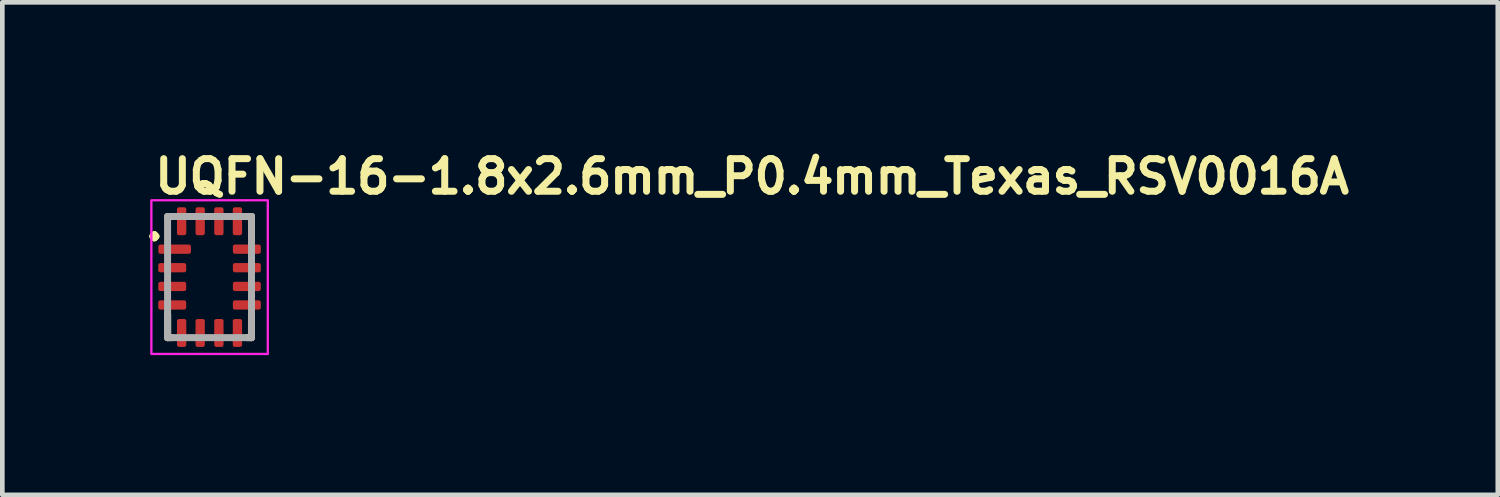
<source format=kicad_pcb>
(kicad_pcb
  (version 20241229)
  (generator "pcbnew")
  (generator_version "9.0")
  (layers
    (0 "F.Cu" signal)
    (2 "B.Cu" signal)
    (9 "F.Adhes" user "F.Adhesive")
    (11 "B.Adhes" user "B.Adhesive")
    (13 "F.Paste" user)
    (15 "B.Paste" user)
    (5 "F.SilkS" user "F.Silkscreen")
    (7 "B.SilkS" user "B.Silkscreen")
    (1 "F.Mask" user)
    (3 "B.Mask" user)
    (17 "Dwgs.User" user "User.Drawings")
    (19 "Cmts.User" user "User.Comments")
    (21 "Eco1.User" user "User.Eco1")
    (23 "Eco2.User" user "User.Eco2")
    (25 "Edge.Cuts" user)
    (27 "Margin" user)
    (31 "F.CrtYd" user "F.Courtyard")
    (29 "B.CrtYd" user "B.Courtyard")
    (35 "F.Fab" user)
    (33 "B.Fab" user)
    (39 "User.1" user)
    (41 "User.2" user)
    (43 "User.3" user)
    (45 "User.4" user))
  (footprint "UQFN-16-1.8x2.6mm_P0.4mm_Texas_RSV0016A"
    (layer "F.Cu")
    (at 1.45 2.9)
    (property "Reference" "UQFN-16-1.8x2.6mm_P0.4mm_Texas_RSV0016A" (at -1.25 -1.75 0) (layer "F.SilkS") (effects (font (size 0.7 0.7) (thickness 0.15)) (justify left bottom)))
    (attr smd)
    (fp_line (start -0.9 1.3) (end -0.9 0.8) (stroke (width 0.15) (type solid)) (layer "F.SilkS"))
    (fp_line (start -0.8 -1.3) (end -0.9 -1.3) (stroke (width 0.15) (type solid)) (layer "F.SilkS"))
    (fp_line (start -0.8 1.3) (end -0.9 1.3) (stroke (width 0.15) (type solid)) (layer "F.SilkS"))
    (fp_line (start 0.8 -1.3) (end 0.9 -1.3) (stroke (width 0.15) (type solid)) (layer "F.SilkS"))
    (fp_line (start 0.8 1.3) (end 0.899 1.3) (stroke (width 0.15) (type solid)) (layer "F.SilkS"))
    (fp_line (start 0.9 -1.3) (end 0.9 -0.8) (stroke (width 0.15) (type solid)) (layer "F.SilkS"))
    (fp_line (start 0.9 0.8) (end 0.899 1.3) (stroke (width 0.15) (type solid)) (layer "F.SilkS"))
    (fp_rect (start -1.25 -1.65) (end 1.25 1.65) (stroke (width 0.05) (type solid)) (fill no) (layer "F.CrtYd"))
    (fp_line (start -0.902 1.3) (end -0.902 -1.301) (stroke (width 0.15) (type solid)) (layer "F.Fab"))
    (fp_line (start 0.9 -1.301) (end -0.902 -1.301) (stroke (width 0.15) (type solid)) (layer "F.Fab"))
    (fp_line (start 0.9 1.3) (end -0.902 1.3) (stroke (width 0.15) (type solid)) (layer "F.Fab"))
    (fp_line (start 0.9 1.3) (end 0.9 -1.301) (stroke (width 0.15) (type solid)) (layer "F.Fab"))
    (fp_rect (start -0.902 -1.301) (end 0.9 1.3) (stroke (width 0.1) (type solid)) (fill no) (layer "User.5"))
    (fp_line (start -0.902 -1.301) (end -0.902 1.3) (stroke (width 0.02) (type solid)) (layer "User.9"))
    (fp_line (start -0.902 1.3) (end 0.9 1.3) (stroke (width 0.02) (type solid)) (layer "User.9"))
    (fp_line (start -0.776 -1.063) (end -0.776 -1.057) (stroke (width 0.02) (type solid)) (layer "User.9"))
    (fp_line (start -0.776 -1.063) (end -0.776 -1.057) (stroke (width 0.02) (type solid)) (layer "User.9"))
    (fp_line (start -0.776 -1.057) (end -0.776 -1.051) (stroke (width 0.02) (type solid)) (layer "User.9"))
    (fp_line (start -0.776 -1.057) (end -0.776 -1.051) (stroke (width 0.02) (type solid)) (layer "User.9"))
    (fp_line (start -0.776 -1.051) (end -0.776 -1.051) (stroke (width 0.02) (type solid)) (layer "User.9"))
    (fp_line (start -0.776 -1.051) (end -0.776 -1.051) (stroke (width 0.02) (type solid)) (layer "User.9"))
    (fp_line (start -0.776 -1.051) (end -0.776 -1.045) (stroke (width 0.02) (type solid)) (layer "User.9"))
    (fp_line (start -0.776 -1.051) (end -0.776 -1.045) (stroke (width 0.02) (type solid)) (layer "User.9"))
    (fp_line (start -0.776 -1.045) (end -0.776 -1.039) (stroke (width 0.02) (type solid)) (layer "User.9"))
    (fp_line (start -0.776 -1.045) (end -0.776 -1.039) (stroke (width 0.02) (type solid)) (layer "User.9"))
    (fp_line (start -0.776 -1.039) (end -0.775 -1.031) (stroke (width 0.02) (type solid)) (layer "User.9"))
    (fp_line (start -0.776 -1.039) (end -0.775 -1.031) (stroke (width 0.02) (type solid)) (layer "User.9"))
    (fp_line (start -0.775 -1.071) (end -0.776 -1.063) (stroke (width 0.02) (type solid)) (layer "User.9"))
    (fp_line (start -0.775 -1.071) (end -0.776 -1.063) (stroke (width 0.02) (type solid)) (layer "User.9"))
    (fp_line (start -0.775 -1.031) (end -0.774 -1.025) (stroke (width 0.02) (type solid)) (layer "User.9"))
    (fp_line (start -0.775 -1.031) (end -0.774 -1.025) (stroke (width 0.02) (type solid)) (layer "User.9"))
    (fp_line (start -0.774 -1.077) (end -0.775 -1.071) (stroke (width 0.02) (type solid)) (layer "User.9"))
    (fp_line (start -0.774 -1.077) (end -0.775 -1.071) (stroke (width 0.02) (type solid)) (layer "User.9"))
    (fp_line (start -0.774 -1.025) (end -0.772 -1.02) (stroke (width 0.02) (type solid)) (layer "User.9"))
    (fp_line (start -0.774 -1.025) (end -0.772 -1.02) (stroke (width 0.02) (type solid)) (layer "User.9"))
    (fp_line (start -0.772 -1.083) (end -0.774 -1.077) (stroke (width 0.02) (type solid)) (layer "User.9"))
    (fp_line (start -0.772 -1.083) (end -0.774 -1.077) (stroke (width 0.02) (type solid)) (layer "User.9"))
    (fp_line (start -0.772 -1.02) (end -0.771 -1.014) (stroke (width 0.02) (type solid)) (layer "User.9"))
    (fp_line (start -0.772 -1.02) (end -0.771 -1.014) (stroke (width 0.02) (type solid)) (layer "User.9"))
    (fp_line (start -0.771 -1.089) (end -0.772 -1.083) (stroke (width 0.02) (type solid)) (layer "User.9"))
    (fp_line (start -0.771 -1.089) (end -0.772 -1.083) (stroke (width 0.02) (type solid)) (layer "User.9"))
    (fp_line (start -0.771 -1.014) (end -0.768 -1.008) (stroke (width 0.02) (type solid)) (layer "User.9"))
    (fp_line (start -0.771 -1.014) (end -0.768 -1.008) (stroke (width 0.02) (type solid)) (layer "User.9"))
    (fp_line (start -0.768 -1.093) (end -0.771 -1.089) (stroke (width 0.02) (type solid)) (layer "User.9"))
    (fp_line (start -0.768 -1.093) (end -0.771 -1.089) (stroke (width 0.02) (type solid)) (layer "User.9"))
    (fp_line (start -0.768 -1.008) (end -0.766 -1.002) (stroke (width 0.02) (type solid)) (layer "User.9"))
    (fp_line (start -0.768 -1.008) (end -0.766 -1.002) (stroke (width 0.02) (type solid)) (layer "User.9"))
    (fp_line (start -0.766 -1.099) (end -0.768 -1.093) (stroke (width 0.02) (type solid)) (layer "User.9"))
    (fp_line (start -0.766 -1.099) (end -0.768 -1.093) (stroke (width 0.02) (type solid)) (layer "User.9"))
    (fp_line (start -0.766 -1.002) (end -0.763 -0.996) (stroke (width 0.02) (type solid)) (layer "User.9"))
    (fp_line (start -0.766 -1.002) (end -0.763 -0.996) (stroke (width 0.02) (type solid)) (layer "User.9"))
    (fp_line (start -0.763 -1.105) (end -0.766 -1.099) (stroke (width 0.02) (type solid)) (layer "User.9"))
    (fp_line (start -0.763 -1.105) (end -0.766 -1.099) (stroke (width 0.02) (type solid)) (layer "User.9"))
    (fp_line (start -0.763 -0.996) (end -0.76 -0.991) (stroke (width 0.02) (type solid)) (layer "User.9"))
    (fp_line (start -0.763 -0.996) (end -0.76 -0.991) (stroke (width 0.02) (type solid)) (layer "User.9"))
    (fp_line (start -0.76 -1.111) (end -0.763 -1.105) (stroke (width 0.02) (type solid)) (layer "User.9"))
    (fp_line (start -0.76 -1.111) (end -0.763 -1.105) (stroke (width 0.02) (type solid)) (layer "User.9"))
    (fp_line (start -0.76 -0.991) (end -0.757 -0.986) (stroke (width 0.02) (type solid)) (layer "User.9"))
    (fp_line (start -0.76 -0.991) (end -0.757 -0.986) (stroke (width 0.02) (type solid)) (layer "User.9"))
    (fp_line (start -0.757 -1.115) (end -0.76 -1.111) (stroke (width 0.02) (type solid)) (layer "User.9"))
    (fp_line (start -0.757 -1.115) (end -0.76 -1.111) (stroke (width 0.02) (type solid)) (layer "User.9"))
    (fp_line (start -0.757 -0.986) (end -0.754 -0.981) (stroke (width 0.02) (type solid)) (layer "User.9"))
    (fp_line (start -0.757 -0.986) (end -0.754 -0.981) (stroke (width 0.02) (type solid)) (layer "User.9"))
    (fp_line (start -0.754 -1.121) (end -0.757 -1.115) (stroke (width 0.02) (type solid)) (layer "User.9"))
    (fp_line (start -0.754 -1.121) (end -0.757 -1.115) (stroke (width 0.02) (type solid)) (layer "User.9"))
    (fp_line (start -0.754 -0.981) (end -0.751 -0.976) (stroke (width 0.02) (type solid)) (layer "User.9"))
    (fp_line (start -0.754 -0.981) (end -0.751 -0.976) (stroke (width 0.02) (type solid)) (layer "User.9"))
    (fp_line (start -0.751 -1.125) (end -0.754 -1.121) (stroke (width 0.02) (type solid)) (layer "User.9"))
    (fp_line (start -0.751 -1.125) (end -0.754 -1.121) (stroke (width 0.02) (type solid)) (layer "User.9"))
    (fp_line (start -0.751 -0.976) (end -0.747 -0.971) (stroke (width 0.02) (type solid)) (layer "User.9"))
    (fp_line (start -0.751 -0.976) (end -0.747 -0.971) (stroke (width 0.02) (type solid)) (layer "User.9"))
    (fp_line (start -0.747 -1.131) (end -0.751 -1.125) (stroke (width 0.02) (type solid)) (layer "User.9"))
    (fp_line (start -0.747 -1.131) (end -0.751 -1.125) (stroke (width 0.02) (type solid)) (layer "User.9"))
    (fp_line (start -0.747 -0.971) (end -0.743 -0.966) (stroke (width 0.02) (type solid)) (layer "User.9"))
    (fp_line (start -0.747 -0.971) (end -0.743 -0.966) (stroke (width 0.02) (type solid)) (layer "User.9"))
    (fp_line (start -0.743 -1.135) (end -0.747 -1.131) (stroke (width 0.02) (type solid)) (layer "User.9"))
    (fp_line (start -0.743 -1.135) (end -0.747 -1.131) (stroke (width 0.02) (type solid)) (layer "User.9"))
    (fp_line (start -0.743 -0.966) (end -0.739 -0.962) (stroke (width 0.02) (type solid)) (layer "User.9"))
    (fp_line (start -0.743 -0.966) (end -0.739 -0.962) (stroke (width 0.02) (type solid)) (layer "User.9"))
    (fp_line (start -0.739 -1.139) (end -0.743 -1.135) (stroke (width 0.02) (type solid)) (layer "User.9"))
    (fp_line (start -0.739 -1.139) (end -0.743 -1.135) (stroke (width 0.02) (type solid)) (layer "User.9"))
    (fp_line (start -0.739 -0.962) (end -0.734 -0.959) (stroke (width 0.02) (type solid)) (layer "User.9"))
    (fp_line (start -0.739 -0.962) (end -0.734 -0.959) (stroke (width 0.02) (type solid)) (layer "User.9"))
    (fp_line (start -0.734 -1.143) (end -0.739 -1.139) (stroke (width 0.02) (type solid)) (layer "User.9"))
    (fp_line (start -0.734 -1.143) (end -0.739 -1.139) (stroke (width 0.02) (type solid)) (layer "User.9"))
    (fp_line (start -0.734 -0.959) (end -0.73 -0.955) (stroke (width 0.02) (type solid)) (layer "User.9"))
    (fp_line (start -0.734 -0.959) (end -0.73 -0.955) (stroke (width 0.02) (type solid)) (layer "User.9"))
    (fp_line (start -0.73 -1.147) (end -0.734 -1.143) (stroke (width 0.02) (type solid)) (layer "User.9"))
    (fp_line (start -0.73 -1.147) (end -0.734 -1.143) (stroke (width 0.02) (type solid)) (layer "User.9"))
    (fp_line (start -0.73 -0.955) (end -0.725 -0.951) (stroke (width 0.02) (type solid)) (layer "User.9"))
    (fp_line (start -0.73 -0.955) (end -0.725 -0.951) (stroke (width 0.02) (type solid)) (layer "User.9"))
    (fp_line (start -0.725 -1.151) (end -0.73 -1.147) (stroke (width 0.02) (type solid)) (layer "User.9"))
    (fp_line (start -0.725 -1.151) (end -0.73 -1.147) (stroke (width 0.02) (type solid)) (layer "User.9"))
    (fp_line (start -0.725 -0.951) (end -0.72 -0.948) (stroke (width 0.02) (type solid)) (layer "User.9"))
    (fp_line (start -0.725 -0.951) (end -0.72 -0.948) (stroke (width 0.02) (type solid)) (layer "User.9"))
    (fp_line (start -0.72 -1.154) (end -0.725 -1.151) (stroke (width 0.02) (type solid)) (layer "User.9"))
    (fp_line (start -0.72 -1.154) (end -0.725 -1.151) (stroke (width 0.02) (type solid)) (layer "User.9"))
    (fp_line (start -0.72 -0.948) (end -0.715 -0.945) (stroke (width 0.02) (type solid)) (layer "User.9"))
    (fp_line (start -0.72 -0.948) (end -0.715 -0.945) (stroke (width 0.02) (type solid)) (layer "User.9"))
    (fp_line (start -0.715 -1.158) (end -0.72 -1.154) (stroke (width 0.02) (type solid)) (layer "User.9"))
    (fp_line (start -0.715 -1.158) (end -0.72 -1.154) (stroke (width 0.02) (type solid)) (layer "User.9"))
    (fp_line (start -0.715 -0.945) (end -0.71 -0.942) (stroke (width 0.02) (type solid)) (layer "User.9"))
    (fp_line (start -0.715 -0.945) (end -0.71 -0.942) (stroke (width 0.02) (type solid)) (layer "User.9"))
    (fp_line (start -0.71 -1.16) (end -0.715 -1.158) (stroke (width 0.02) (type solid)) (layer "User.9"))
    (fp_line (start -0.71 -1.16) (end -0.715 -1.158) (stroke (width 0.02) (type solid)) (layer "User.9"))
    (fp_line (start -0.71 -0.942) (end -0.705 -0.939) (stroke (width 0.02) (type solid)) (layer "User.9"))
    (fp_line (start -0.71 -0.942) (end -0.705 -0.939) (stroke (width 0.02) (type solid)) (layer "User.9"))
    (fp_line (start -0.705 -1.164) (end -0.71 -1.16) (stroke (width 0.02) (type solid)) (layer "User.9"))
    (fp_line (start -0.705 -1.164) (end -0.71 -1.16) (stroke (width 0.02) (type solid)) (layer "User.9"))
    (fp_line (start -0.705 -0.939) (end -0.7 -0.936) (stroke (width 0.02) (type solid)) (layer "User.9"))
    (fp_line (start -0.705 -0.939) (end -0.7 -0.936) (stroke (width 0.02) (type solid)) (layer "User.9"))
    (fp_line (start -0.7 -1.166) (end -0.705 -1.164) (stroke (width 0.02) (type solid)) (layer "User.9"))
    (fp_line (start -0.7 -1.166) (end -0.705 -1.164) (stroke (width 0.02) (type solid)) (layer "User.9"))
    (fp_line (start -0.7 -0.936) (end -0.694 -0.934) (stroke (width 0.02) (type solid)) (layer "User.9"))
    (fp_line (start -0.7 -0.936) (end -0.694 -0.934) (stroke (width 0.02) (type solid)) (layer "User.9"))
    (fp_line (start -0.694 -1.168) (end -0.7 -1.166) (stroke (width 0.02) (type solid)) (layer "User.9"))
    (fp_line (start -0.694 -1.168) (end -0.7 -1.166) (stroke (width 0.02) (type solid)) (layer "User.9"))
    (fp_line (start -0.694 -0.934) (end -0.689 -0.932) (stroke (width 0.02) (type solid)) (layer "User.9"))
    (fp_line (start -0.694 -0.934) (end -0.689 -0.932) (stroke (width 0.02) (type solid)) (layer "User.9"))
    (fp_line (start -0.689 -1.17) (end -0.694 -1.168) (stroke (width 0.02) (type solid)) (layer "User.9"))
    (fp_line (start -0.689 -1.17) (end -0.694 -1.168) (stroke (width 0.02) (type solid)) (layer "User.9"))
    (fp_line (start -0.689 -0.932) (end -0.683 -0.93) (stroke (width 0.02) (type solid)) (layer "User.9"))
    (fp_line (start -0.689 -0.932) (end -0.683 -0.93) (stroke (width 0.02) (type solid)) (layer "User.9"))
    (fp_line (start -0.683 -1.172) (end -0.689 -1.17) (stroke (width 0.02) (type solid)) (layer "User.9"))
    (fp_line (start -0.683 -1.172) (end -0.689 -1.17) (stroke (width 0.02) (type solid)) (layer "User.9"))
    (fp_line (start -0.683 -0.93) (end -0.677 -0.929) (stroke (width 0.02) (type solid)) (layer "User.9"))
    (fp_line (start -0.683 -0.93) (end -0.677 -0.929) (stroke (width 0.02) (type solid)) (layer "User.9"))
    (fp_line (start -0.677 -1.174) (end -0.683 -1.172) (stroke (width 0.02) (type solid)) (layer "User.9"))
    (fp_line (start -0.677 -1.174) (end -0.683 -1.172) (stroke (width 0.02) (type solid)) (layer "User.9"))
    (fp_line (start -0.677 -0.929) (end -0.671 -0.928) (stroke (width 0.02) (type solid)) (layer "User.9"))
    (fp_line (start -0.677 -0.929) (end -0.671 -0.928) (stroke (width 0.02) (type solid)) (layer "User.9"))
    (fp_line (start -0.671 -1.174) (end -0.677 -1.174) (stroke (width 0.02) (type solid)) (layer "User.9"))
    (fp_line (start -0.671 -1.174) (end -0.677 -1.174) (stroke (width 0.02) (type solid)) (layer "User.9"))
    (fp_line (start -0.671 -0.928) (end -0.664 -0.927) (stroke (width 0.02) (type solid)) (layer "User.9"))
    (fp_line (start -0.671 -0.928) (end -0.664 -0.927) (stroke (width 0.02) (type solid)) (layer "User.9"))
    (fp_line (start -0.664 -1.176) (end -0.671 -1.174) (stroke (width 0.02) (type solid)) (layer "User.9"))
    (fp_line (start -0.664 -1.176) (end -0.671 -1.174) (stroke (width 0.02) (type solid)) (layer "User.9"))
    (fp_line (start -0.664 -0.927) (end -0.658 -0.927) (stroke (width 0.02) (type solid)) (layer "User.9"))
    (fp_line (start -0.664 -0.927) (end -0.658 -0.927) (stroke (width 0.02) (type solid)) (layer "User.9"))
    (fp_line (start -0.658 -1.176) (end -0.664 -1.176) (stroke (width 0.02) (type solid)) (layer "User.9"))
    (fp_line (start -0.658 -1.176) (end -0.664 -1.176) (stroke (width 0.02) (type solid)) (layer "User.9"))
    (fp_line (start -0.658 -0.927) (end -0.652 -0.927) (stroke (width 0.02) (type solid)) (layer "User.9"))
    (fp_line (start -0.658 -0.927) (end -0.652 -0.927) (stroke (width 0.02) (type solid)) (layer "User.9"))
    (fp_line (start -0.652 -1.176) (end -0.658 -1.176) (stroke (width 0.02) (type solid)) (layer "User.9"))
    (fp_line (start -0.652 -1.176) (end -0.658 -1.176) (stroke (width 0.02) (type solid)) (layer "User.9"))
    (fp_line (start -0.652 -0.927) (end -0.645 -0.927) (stroke (width 0.02) (type solid)) (layer "User.9"))
    (fp_line (start -0.652 -0.927) (end -0.645 -0.927) (stroke (width 0.02) (type solid)) (layer "User.9"))
    (fp_line (start -0.645 -1.176) (end -0.652 -1.176) (stroke (width 0.02) (type solid)) (layer "User.9"))
    (fp_line (start -0.645 -1.176) (end -0.652 -1.176) (stroke (width 0.02) (type solid)) (layer "User.9"))
    (fp_line (start -0.645 -0.927) (end -0.638 -0.927) (stroke (width 0.02) (type solid)) (layer "User.9"))
    (fp_line (start -0.645 -0.927) (end -0.638 -0.927) (stroke (width 0.02) (type solid)) (layer "User.9"))
    (fp_line (start -0.638 -1.176) (end -0.645 -1.176) (stroke (width 0.02) (type solid)) (layer "User.9"))
    (fp_line (start -0.638 -1.176) (end -0.645 -1.176) (stroke (width 0.02) (type solid)) (layer "User.9"))
    (fp_line (start -0.638 -0.927) (end -0.631 -0.928) (stroke (width 0.02) (type solid)) (layer "User.9"))
    (fp_line (start -0.638 -0.927) (end -0.631 -0.928) (stroke (width 0.02) (type solid)) (layer "User.9"))
    (fp_line (start -0.631 -1.174) (end -0.638 -1.176) (stroke (width 0.02) (type solid)) (layer "User.9"))
    (fp_line (start -0.631 -1.174) (end -0.638 -1.176) (stroke (width 0.02) (type solid)) (layer "User.9"))
    (fp_line (start -0.631 -0.928) (end -0.625 -0.929) (stroke (width 0.02) (type solid)) (layer "User.9"))
    (fp_line (start -0.631 -0.928) (end -0.625 -0.929) (stroke (width 0.02) (type solid)) (layer "User.9"))
    (fp_line (start -0.625 -1.174) (end -0.631 -1.174) (stroke (width 0.02) (type solid)) (layer "User.9"))
    (fp_line (start -0.625 -1.174) (end -0.631 -1.174) (stroke (width 0.02) (type solid)) (layer "User.9"))
    (fp_line (start -0.625 -0.929) (end -0.619 -0.93) (stroke (width 0.02) (type solid)) (layer "User.9"))
    (fp_line (start -0.625 -0.929) (end -0.619 -0.93) (stroke (width 0.02) (type solid)) (layer "User.9"))
    (fp_line (start -0.619 -1.172) (end -0.625 -1.174) (stroke (width 0.02) (type solid)) (layer "User.9"))
    (fp_line (start -0.619 -1.172) (end -0.625 -1.174) (stroke (width 0.02) (type solid)) (layer "User.9"))
    (fp_line (start -0.619 -0.93) (end -0.613 -0.932) (stroke (width 0.02) (type solid)) (layer "User.9"))
    (fp_line (start -0.619 -0.93) (end -0.613 -0.932) (stroke (width 0.02) (type solid)) (layer "User.9"))
    (fp_line (start -0.613 -1.17) (end -0.619 -1.172) (stroke (width 0.02) (type solid)) (layer "User.9"))
    (fp_line (start -0.613 -1.17) (end -0.619 -1.172) (stroke (width 0.02) (type solid)) (layer "User.9"))
    (fp_line (start -0.613 -0.932) (end -0.608 -0.934) (stroke (width 0.02) (type solid)) (layer "User.9"))
    (fp_line (start -0.613 -0.932) (end -0.608 -0.934) (stroke (width 0.02) (type solid)) (layer "User.9"))
    (fp_line (start -0.608 -1.168) (end -0.613 -1.17) (stroke (width 0.02) (type solid)) (layer "User.9"))
    (fp_line (start -0.608 -1.168) (end -0.613 -1.17) (stroke (width 0.02) (type solid)) (layer "User.9"))
    (fp_line (start -0.608 -0.934) (end -0.602 -0.936) (stroke (width 0.02) (type solid)) (layer "User.9"))
    (fp_line (start -0.608 -0.934) (end -0.602 -0.936) (stroke (width 0.02) (type solid)) (layer "User.9"))
    (fp_line (start -0.602 -1.166) (end -0.608 -1.168) (stroke (width 0.02) (type solid)) (layer "User.9"))
    (fp_line (start -0.602 -1.166) (end -0.608 -1.168) (stroke (width 0.02) (type solid)) (layer "User.9"))
    (fp_line (start -0.602 -0.936) (end -0.596 -0.939) (stroke (width 0.02) (type solid)) (layer "User.9"))
    (fp_line (start -0.602 -0.936) (end -0.596 -0.939) (stroke (width 0.02) (type solid)) (layer "User.9"))
    (fp_line (start -0.596 -1.164) (end -0.602 -1.166) (stroke (width 0.02) (type solid)) (layer "User.9"))
    (fp_line (start -0.596 -1.164) (end -0.602 -1.166) (stroke (width 0.02) (type solid)) (layer "User.9"))
    (fp_line (start -0.596 -0.939) (end -0.591 -0.942) (stroke (width 0.02) (type solid)) (layer "User.9"))
    (fp_line (start -0.596 -0.939) (end -0.591 -0.942) (stroke (width 0.02) (type solid)) (layer "User.9"))
    (fp_line (start -0.591 -1.16) (end -0.596 -1.164) (stroke (width 0.02) (type solid)) (layer "User.9"))
    (fp_line (start -0.591 -1.16) (end -0.596 -1.164) (stroke (width 0.02) (type solid)) (layer "User.9"))
    (fp_line (start -0.591 -0.942) (end -0.586 -0.945) (stroke (width 0.02) (type solid)) (layer "User.9"))
    (fp_line (start -0.591 -0.942) (end -0.586 -0.945) (stroke (width 0.02) (type solid)) (layer "User.9"))
    (fp_line (start -0.586 -1.158) (end -0.591 -1.16) (stroke (width 0.02) (type solid)) (layer "User.9"))
    (fp_line (start -0.586 -1.158) (end -0.591 -1.16) (stroke (width 0.02) (type solid)) (layer "User.9"))
    (fp_line (start -0.586 -0.945) (end -0.581 -0.948) (stroke (width 0.02) (type solid)) (layer "User.9"))
    (fp_line (start -0.586 -0.945) (end -0.581 -0.948) (stroke (width 0.02) (type solid)) (layer "User.9"))
    (fp_line (start -0.581 -1.154) (end -0.586 -1.158) (stroke (width 0.02) (type solid)) (layer "User.9"))
    (fp_line (start -0.581 -1.154) (end -0.586 -1.158) (stroke (width 0.02) (type solid)) (layer "User.9"))
    (fp_line (start -0.581 -0.948) (end -0.577 -0.951) (stroke (width 0.02) (type solid)) (layer "User.9"))
    (fp_line (start -0.581 -0.948) (end -0.577 -0.951) (stroke (width 0.02) (type solid)) (layer "User.9"))
    (fp_line (start -0.577 -1.151) (end -0.581 -1.154) (stroke (width 0.02) (type solid)) (layer "User.9"))
    (fp_line (start -0.577 -1.151) (end -0.581 -1.154) (stroke (width 0.02) (type solid)) (layer "User.9"))
    (fp_line (start -0.577 -0.951) (end -0.572 -0.955) (stroke (width 0.02) (type solid)) (layer "User.9"))
    (fp_line (start -0.577 -0.951) (end -0.572 -0.955) (stroke (width 0.02) (type solid)) (layer "User.9"))
    (fp_line (start -0.572 -1.147) (end -0.577 -1.151) (stroke (width 0.02) (type solid)) (layer "User.9"))
    (fp_line (start -0.572 -1.147) (end -0.577 -1.151) (stroke (width 0.02) (type solid)) (layer "User.9"))
    (fp_line (start -0.572 -0.955) (end -0.568 -0.959) (stroke (width 0.02) (type solid)) (layer "User.9"))
    (fp_line (start -0.572 -0.955) (end -0.568 -0.959) (stroke (width 0.02) (type solid)) (layer "User.9"))
    (fp_line (start -0.568 -1.143) (end -0.572 -1.147) (stroke (width 0.02) (type solid)) (layer "User.9"))
    (fp_line (start -0.568 -1.143) (end -0.572 -1.147) (stroke (width 0.02) (type solid)) (layer "User.9"))
    (fp_line (start -0.568 -0.959) (end -0.563 -0.962) (stroke (width 0.02) (type solid)) (layer "User.9"))
    (fp_line (start -0.568 -0.959) (end -0.563 -0.962) (stroke (width 0.02) (type solid)) (layer "User.9"))
    (fp_line (start -0.563 -1.139) (end -0.568 -1.143) (stroke (width 0.02) (type solid)) (layer "User.9"))
    (fp_line (start -0.563 -1.139) (end -0.568 -1.143) (stroke (width 0.02) (type solid)) (layer "User.9"))
    (fp_line (start -0.563 -0.962) (end -0.559 -0.966) (stroke (width 0.02) (type solid)) (layer "User.9"))
    (fp_line (start -0.563 -0.962) (end -0.559 -0.966) (stroke (width 0.02) (type solid)) (layer "User.9"))
    (fp_line (start -0.559 -1.135) (end -0.563 -1.139) (stroke (width 0.02) (type solid)) (layer "User.9"))
    (fp_line (start -0.559 -1.135) (end -0.563 -1.139) (stroke (width 0.02) (type solid)) (layer "User.9"))
    (fp_line (start -0.559 -0.966) (end -0.555 -0.971) (stroke (width 0.02) (type solid)) (layer "User.9"))
    (fp_line (start -0.559 -0.966) (end -0.555 -0.971) (stroke (width 0.02) (type solid)) (layer "User.9"))
    (fp_line (start -0.555 -1.131) (end -0.559 -1.135) (stroke (width 0.02) (type solid)) (layer "User.9"))
    (fp_line (start -0.555 -1.131) (end -0.559 -1.135) (stroke (width 0.02) (type solid)) (layer "User.9"))
    (fp_line (start -0.555 -0.971) (end -0.551 -0.976) (stroke (width 0.02) (type solid)) (layer "User.9"))
    (fp_line (start -0.555 -0.971) (end -0.551 -0.976) (stroke (width 0.02) (type solid)) (layer "User.9"))
    (fp_line (start -0.551 -1.125) (end -0.555 -1.131) (stroke (width 0.02) (type solid)) (layer "User.9"))
    (fp_line (start -0.551 -1.125) (end -0.555 -1.131) (stroke (width 0.02) (type solid)) (layer "User.9"))
    (fp_line (start -0.551 -0.976) (end -0.548 -0.981) (stroke (width 0.02) (type solid)) (layer "User.9"))
    (fp_line (start -0.551 -0.976) (end -0.548 -0.981) (stroke (width 0.02) (type solid)) (layer "User.9"))
    (fp_line (start -0.548 -1.121) (end -0.551 -1.125) (stroke (width 0.02) (type solid)) (layer "User.9"))
    (fp_line (start -0.548 -1.121) (end -0.551 -1.125) (stroke (width 0.02) (type solid)) (layer "User.9"))
    (fp_line (start -0.548 -0.981) (end -0.545 -0.986) (stroke (width 0.02) (type solid)) (layer "User.9"))
    (fp_line (start -0.548 -0.981) (end -0.545 -0.986) (stroke (width 0.02) (type solid)) (layer "User.9"))
    (fp_line (start -0.545 -1.115) (end -0.548 -1.121) (stroke (width 0.02) (type solid)) (layer "User.9"))
    (fp_line (start -0.545 -1.115) (end -0.548 -1.121) (stroke (width 0.02) (type solid)) (layer "User.9"))
    (fp_line (start -0.545 -0.986) (end -0.542 -0.991) (stroke (width 0.02) (type solid)) (layer "User.9"))
    (fp_line (start -0.545 -0.986) (end -0.542 -0.991) (stroke (width 0.02) (type solid)) (layer "User.9"))
    (fp_line (start -0.542 -1.111) (end -0.545 -1.115) (stroke (width 0.02) (type solid)) (layer "User.9"))
    (fp_line (start -0.542 -1.111) (end -0.545 -1.115) (stroke (width 0.02) (type solid)) (layer "User.9"))
    (fp_line (start -0.542 -0.991) (end -0.539 -0.996) (stroke (width 0.02) (type solid)) (layer "User.9"))
    (fp_line (start -0.542 -0.991) (end -0.539 -0.996) (stroke (width 0.02) (type solid)) (layer "User.9"))
    (fp_line (start -0.539 -1.105) (end -0.542 -1.111) (stroke (width 0.02) (type solid)) (layer "User.9"))
    (fp_line (start -0.539 -1.105) (end -0.542 -1.111) (stroke (width 0.02) (type solid)) (layer "User.9"))
    (fp_line (start -0.539 -0.996) (end -0.536 -1.002) (stroke (width 0.02) (type solid)) (layer "User.9"))
    (fp_line (start -0.539 -0.996) (end -0.536 -1.002) (stroke (width 0.02) (type solid)) (layer "User.9"))
    (fp_line (start -0.536 -1.099) (end -0.539 -1.105) (stroke (width 0.02) (type solid)) (layer "User.9"))
    (fp_line (start -0.536 -1.099) (end -0.539 -1.105) (stroke (width 0.02) (type solid)) (layer "User.9"))
    (fp_line (start -0.536 -1.002) (end -0.534 -1.008) (stroke (width 0.02) (type solid)) (layer "User.9"))
    (fp_line (start -0.536 -1.002) (end -0.534 -1.008) (stroke (width 0.02) (type solid)) (layer "User.9"))
    (fp_line (start -0.534 -1.093) (end -0.536 -1.099) (stroke (width 0.02) (type solid)) (layer "User.9"))
    (fp_line (start -0.534 -1.093) (end -0.536 -1.099) (stroke (width 0.02) (type solid)) (layer "User.9"))
    (fp_line (start -0.534 -1.008) (end -0.532 -1.014) (stroke (width 0.02) (type solid)) (layer "User.9"))
    (fp_line (start -0.534 -1.008) (end -0.532 -1.014) (stroke (width 0.02) (type solid)) (layer "User.9"))
    (fp_line (start -0.532 -1.089) (end -0.534 -1.093) (stroke (width 0.02) (type solid)) (layer "User.9"))
    (fp_line (start -0.532 -1.089) (end -0.534 -1.093) (stroke (width 0.02) (type solid)) (layer "User.9"))
    (fp_line (start -0.532 -1.014) (end -0.531 -1.02) (stroke (width 0.02) (type solid)) (layer "User.9"))
    (fp_line (start -0.532 -1.014) (end -0.531 -1.02) (stroke (width 0.02) (type solid)) (layer "User.9"))
    (fp_line (start -0.531 -1.083) (end -0.532 -1.089) (stroke (width 0.02) (type solid)) (layer "User.9"))
    (fp_line (start -0.531 -1.083) (end -0.532 -1.089) (stroke (width 0.02) (type solid)) (layer "User.9"))
    (fp_line (start -0.531 -1.02) (end -0.529 -1.025) (stroke (width 0.02) (type solid)) (layer "User.9"))
    (fp_line (start -0.531 -1.02) (end -0.529 -1.025) (stroke (width 0.02) (type solid)) (layer "User.9"))
    (fp_line (start -0.529 -1.077) (end -0.531 -1.083) (stroke (width 0.02) (type solid)) (layer "User.9"))
    (fp_line (start -0.529 -1.077) (end -0.531 -1.083) (stroke (width 0.02) (type solid)) (layer "User.9"))
    (fp_line (start -0.529 -1.025) (end -0.528 -1.031) (stroke (width 0.02) (type solid)) (layer "User.9"))
    (fp_line (start -0.529 -1.025) (end -0.528 -1.031) (stroke (width 0.02) (type solid)) (layer "User.9"))
    (fp_line (start -0.528 -1.071) (end -0.529 -1.077) (stroke (width 0.02) (type solid)) (layer "User.9"))
    (fp_line (start -0.528 -1.071) (end -0.529 -1.077) (stroke (width 0.02) (type solid)) (layer "User.9"))
    (fp_line (start -0.528 -1.031) (end -0.527 -1.039) (stroke (width 0.02) (type solid)) (layer "User.9"))
    (fp_line (start -0.528 -1.031) (end -0.527 -1.039) (stroke (width 0.02) (type solid)) (layer "User.9"))
    (fp_line (start -0.527 -1.063) (end -0.528 -1.071) (stroke (width 0.02) (type solid)) (layer "User.9"))
    (fp_line (start -0.527 -1.063) (end -0.528 -1.071) (stroke (width 0.02) (type solid)) (layer "User.9"))
    (fp_line (start -0.527 -1.057) (end -0.527 -1.063) (stroke (width 0.02) (type solid)) (layer "User.9"))
    (fp_line (start -0.527 -1.057) (end -0.527 -1.063) (stroke (width 0.02) (type solid)) (layer "User.9"))
    (fp_line (start -0.527 -1.051) (end -0.527 -1.057) (stroke (width 0.02) (type solid)) (layer "User.9"))
    (fp_line (start -0.527 -1.051) (end -0.527 -1.057) (stroke (width 0.02) (type solid)) (layer "User.9"))
    (fp_line (start -0.527 -1.051) (end -0.527 -1.051) (stroke (width 0.02) (type solid)) (layer "User.9"))
    (fp_line (start -0.527 -1.051) (end -0.527 -1.051) (stroke (width 0.02) (type solid)) (layer "User.9"))
    (fp_line (start -0.527 -1.045) (end -0.527 -1.051) (stroke (width 0.02) (type solid)) (layer "User.9"))
    (fp_line (start -0.527 -1.045) (end -0.527 -1.051) (stroke (width 0.02) (type solid)) (layer "User.9"))
    (fp_line (start -0.527 -1.039) (end -0.527 -1.045) (stroke (width 0.02) (type solid)) (layer "User.9"))
    (fp_line (start -0.527 -1.039) (end -0.527 -1.045) (stroke (width 0.02) (type solid)) (layer "User.9"))
    (fp_line (start 0.9 -1.301) (end -0.902 -1.301) (stroke (width 0.02) (type solid)) (layer "User.9"))
    (fp_line (start 0.9 1.3) (end 0.9 -1.301) (stroke (width 0.02) (type solid)) (layer "User.9"))
    (fp_text user "." (at -1.45 -0.75 0) (layer "F.SilkS") (effects (font (size 0.7 0.7) (thickness 0.15)) (justify left bottom)))
    (pad "1" smd roundrect (at -0.75 -0.6) (size 0.7 0.2) (layers "F.Cu" "F.Mask" "F.Paste") (roundrect_rratio 0.227))
    (pad "2" smd roundrect (at -0.802 -0.202) (size 0.6 0.2) (layers "F.Cu" "F.Mask" "F.Paste") (roundrect_rratio 0.227))
    (pad "3" smd roundrect (at -0.802 0.2) (size 0.6 0.2) (layers "F.Cu" "F.Mask" "F.Paste") (roundrect_rratio 0.227))
    (pad "4" smd roundrect (at -0.802 0.598) (size 0.6 0.2) (layers "F.Cu" "F.Mask" "F.Paste") (roundrect_rratio 0.227))
    (pad "5" smd roundrect (at -0.6 1.199 90) (size 0.6 0.2) (layers "F.Cu" "F.Mask" "F.Paste") (roundrect_rratio 0.227))
    (pad "6" smd roundrect (at -0.202 1.199 90) (size 0.6 0.2) (layers "F.Cu" "F.Mask" "F.Paste") (roundrect_rratio 0.227))
    (pad "7" smd roundrect (at 0.2 1.199 90) (size 0.6 0.2) (layers "F.Cu" "F.Mask" "F.Paste") (roundrect_rratio 0.227))
    (pad "8" smd roundrect (at 0.598 1.199 90) (size 0.6 0.2) (layers "F.Cu" "F.Mask" "F.Paste") (roundrect_rratio 0.227))
    (pad "9" smd roundrect (at 0.8 0.598) (size 0.6 0.2) (layers "F.Cu" "F.Mask" "F.Paste") (roundrect_rratio 0.227))
    (pad "10" smd roundrect (at 0.8 0.2) (size 0.6 0.2) (layers "F.Cu" "F.Mask" "F.Paste") (roundrect_rratio 0.227))
    (pad "11" smd roundrect (at 0.8 -0.202) (size 0.6 0.2) (layers "F.Cu" "F.Mask" "F.Paste") (roundrect_rratio 0.227))
    (pad "12" smd roundrect (at 0.8 -0.6) (size 0.6 0.2) (layers "F.Cu" "F.Mask" "F.Paste") (roundrect_rratio 0.227))
    (pad "13" smd roundrect (at 0.598 -1.2 90) (size 0.6 0.2) (layers "F.Cu" "F.Mask" "F.Paste") (roundrect_rratio 0.227))
    (pad "14" smd roundrect (at 0.2 -1.2 90) (size 0.6 0.2) (layers "F.Cu" "F.Mask" "F.Paste") (roundrect_rratio 0.227))
    (pad "15" smd roundrect (at -0.202 -1.2 90) (size 0.6 0.2) (layers "F.Cu" "F.Mask" "F.Paste") (roundrect_rratio 0.227))
    (pad "16" smd roundrect (at -0.6 -1.2 90) (size 0.6 0.2) (layers "F.Cu" "F.Mask" "F.Paste") (roundrect_rratio 0.227)))
  (gr_rect
    (start -3 -3)
    (end 29.11 7.575)
    (stroke (width 0.1) (type default))
    (fill no)
    (layer "Edge.Cuts")))
</source>
